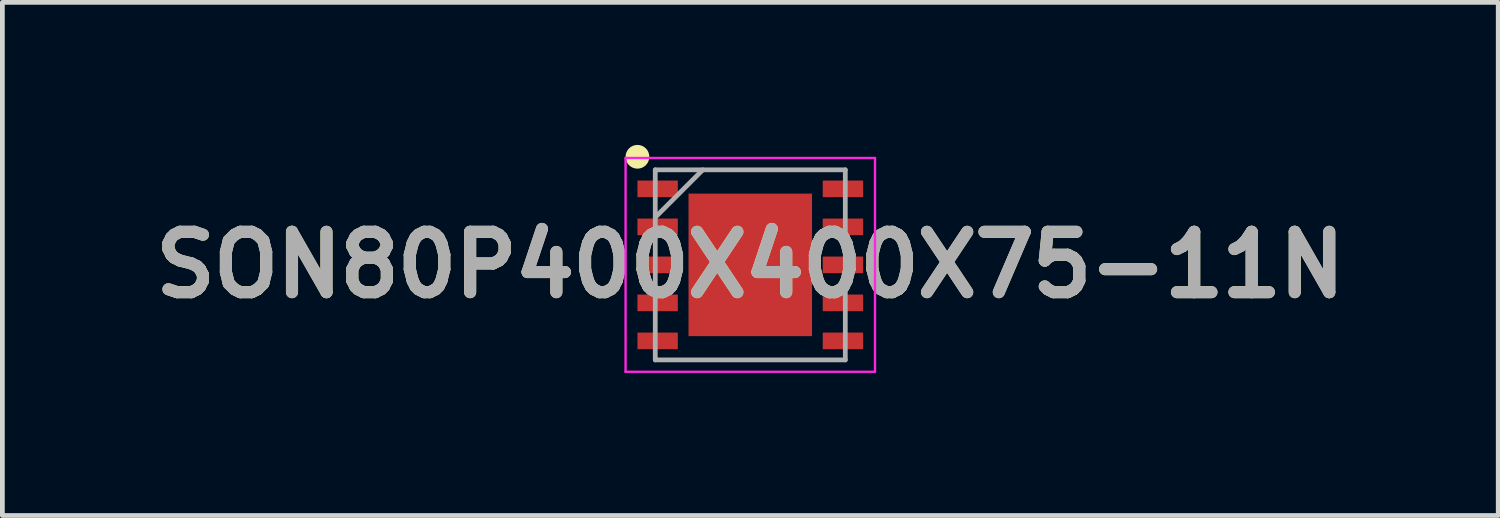
<source format=kicad_pcb>
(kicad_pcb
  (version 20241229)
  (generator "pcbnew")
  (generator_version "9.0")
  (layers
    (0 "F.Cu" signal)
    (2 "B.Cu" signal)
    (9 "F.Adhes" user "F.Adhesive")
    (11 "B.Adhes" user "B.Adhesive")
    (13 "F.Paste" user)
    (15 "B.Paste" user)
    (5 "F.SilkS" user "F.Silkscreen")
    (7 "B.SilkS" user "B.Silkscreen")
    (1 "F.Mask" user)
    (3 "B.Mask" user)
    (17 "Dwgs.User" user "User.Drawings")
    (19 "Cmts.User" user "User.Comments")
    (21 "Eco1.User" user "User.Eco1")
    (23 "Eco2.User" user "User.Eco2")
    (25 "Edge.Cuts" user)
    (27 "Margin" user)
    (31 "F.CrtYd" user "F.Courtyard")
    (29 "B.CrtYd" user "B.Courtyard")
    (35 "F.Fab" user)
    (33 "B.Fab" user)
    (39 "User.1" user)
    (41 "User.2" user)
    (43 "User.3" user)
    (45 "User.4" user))
  (footprint "SON80P400X400X75-11N"
    (layer "F.Cu")
    (at 12.742 2.525)
    (property "Reference" "SON80P400X400X75-11N" (at 0 0 0) (layer "F.SilkS") (effects (font (size 1.27 1.27) (thickness 0.254))))
    (attr smd)
    (fp_circle (center -2.375 -2.275) (end -2.375 -2.15) (stroke (width 0.25) (type solid)) (fill no) (layer "F.SilkS"))
    (fp_line (start -2.625 -2.25) (end 2.625 -2.25) (stroke (width 0.05) (type solid)) (layer "F.CrtYd"))
    (fp_line (start -2.625 2.25) (end -2.625 -2.25) (stroke (width 0.05) (type solid)) (layer "F.CrtYd"))
    (fp_line (start 2.625 -2.25) (end 2.625 2.25) (stroke (width 0.05) (type solid)) (layer "F.CrtYd"))
    (fp_line (start 2.625 2.25) (end -2.625 2.25) (stroke (width 0.05) (type solid)) (layer "F.CrtYd"))
    (fp_line (start -2 -2) (end 2 -2) (stroke (width 0.1) (type solid)) (layer "F.Fab"))
    (fp_line (start -2 -1) (end -1 -2) (stroke (width 0.1) (type solid)) (layer "F.Fab"))
    (fp_line (start -2 2) (end -2 -2) (stroke (width 0.1) (type solid)) (layer "F.Fab"))
    (fp_line (start 2 -2) (end 2 2) (stroke (width 0.1) (type solid)) (layer "F.Fab"))
    (fp_line (start 2 2) (end -2 2) (stroke (width 0.1) (type solid)) (layer "F.Fab"))
    (fp_text user "${REFERENCE}" (at 0 0 0) (layer "F.Fab") (effects (font (size 1.27 1.27) (thickness 0.254))))
    (pad "1" smd rect (at -1.95 -1.6 90) (size 0.35 0.85) (layers "F.Cu" "F.Mask" "F.Paste"))
    (pad "2" smd rect (at -1.95 -0.8 90) (size 0.35 0.85) (layers "F.Cu" "F.Mask" "F.Paste"))
    (pad "3" smd rect (at -1.95 0 90) (size 0.35 0.85) (layers "F.Cu" "F.Mask" "F.Paste"))
    (pad "4" smd rect (at -1.95 0.8 90) (size 0.35 0.85) (layers "F.Cu" "F.Mask" "F.Paste"))
    (pad "5" smd rect (at -1.95 1.6 90) (size 0.35 0.85) (layers "F.Cu" "F.Mask" "F.Paste"))
    (pad "6" smd rect (at 1.95 1.6 90) (size 0.35 0.85) (layers "F.Cu" "F.Mask" "F.Paste"))
    (pad "7" smd rect (at 1.95 0.8 90) (size 0.35 0.85) (layers "F.Cu" "F.Mask" "F.Paste"))
    (pad "8" smd rect (at 1.95 0 90) (size 0.35 0.85) (layers "F.Cu" "F.Mask" "F.Paste"))
    (pad "9" smd rect (at 1.95 -0.8 90) (size 0.35 0.85) (layers "F.Cu" "F.Mask" "F.Paste"))
    (pad "10" smd rect (at 1.95 -1.6 90) (size 0.35 0.85) (layers "F.Cu" "F.Mask" "F.Paste"))
    (pad "11" smd rect (at 0 0) (size 2.6 3) (layers "F.Cu" "F.Mask" "F.Paste")))
  (gr_rect
    (start -3 -3)
    (end 28.485 7.8)
    (stroke (width 0.1) (type default))
    (fill no)
    (layer "Edge.Cuts")))
</source>
